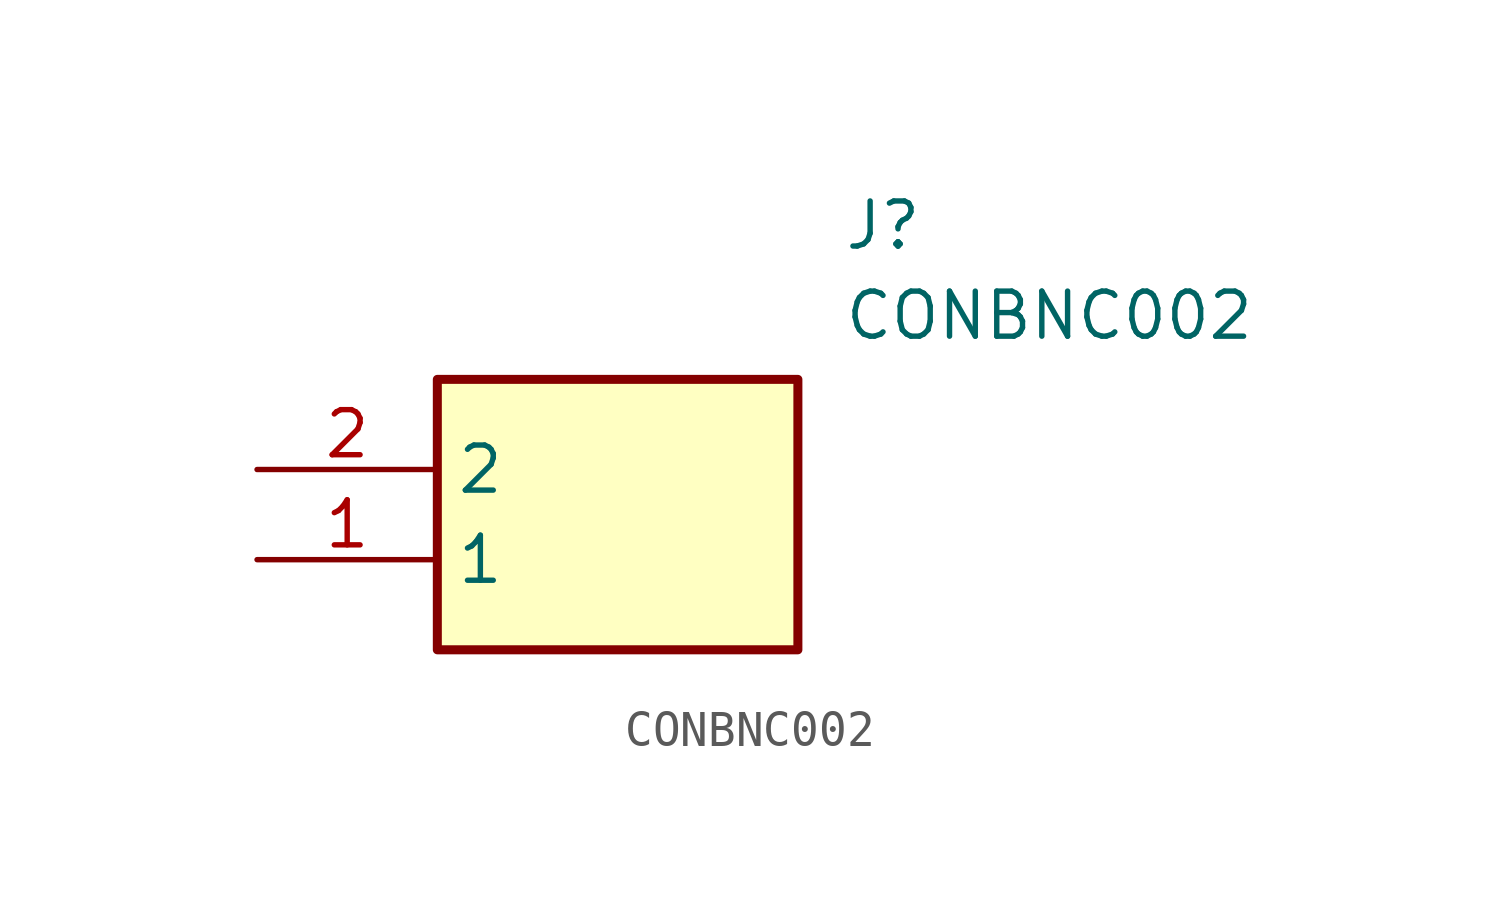
<source format=kicad_sym>
(kicad_symbol_lib
  (version 20211014)
  (generator SamacSys_ECAD_Model)
  (symbol "CONBNC002"
    (property "Reference" "J"
      (at 16.51 7.62 0)
      (effects (font (size 1.27 1.27)) (justify left top)))
    (property "Value" "CONBNC002"
      (at 16.51 5.08 0)
      (effects (font (size 1.27 1.27)) (justify left top)))
    (rectangle
      (start 5.08 2.54)
      (end 15.24 -5.08)
      (stroke (width 0.254) (type default))
      (fill (type background)))
    (pin passive line
      (at 0 -2.54 0)
      (length 5.08)
      (name "1" (effects (font (size 1.27 1.27))))
      (number "1" (effects (font (size 1.27 1.27)))))
    (pin passive line
      (at 0 0 0)
      (length 5.08)
      (name "2" (effects (font (size 1.27 1.27))))
      (number "2" (effects (font (size 1.27 1.27)))))))
</source>
